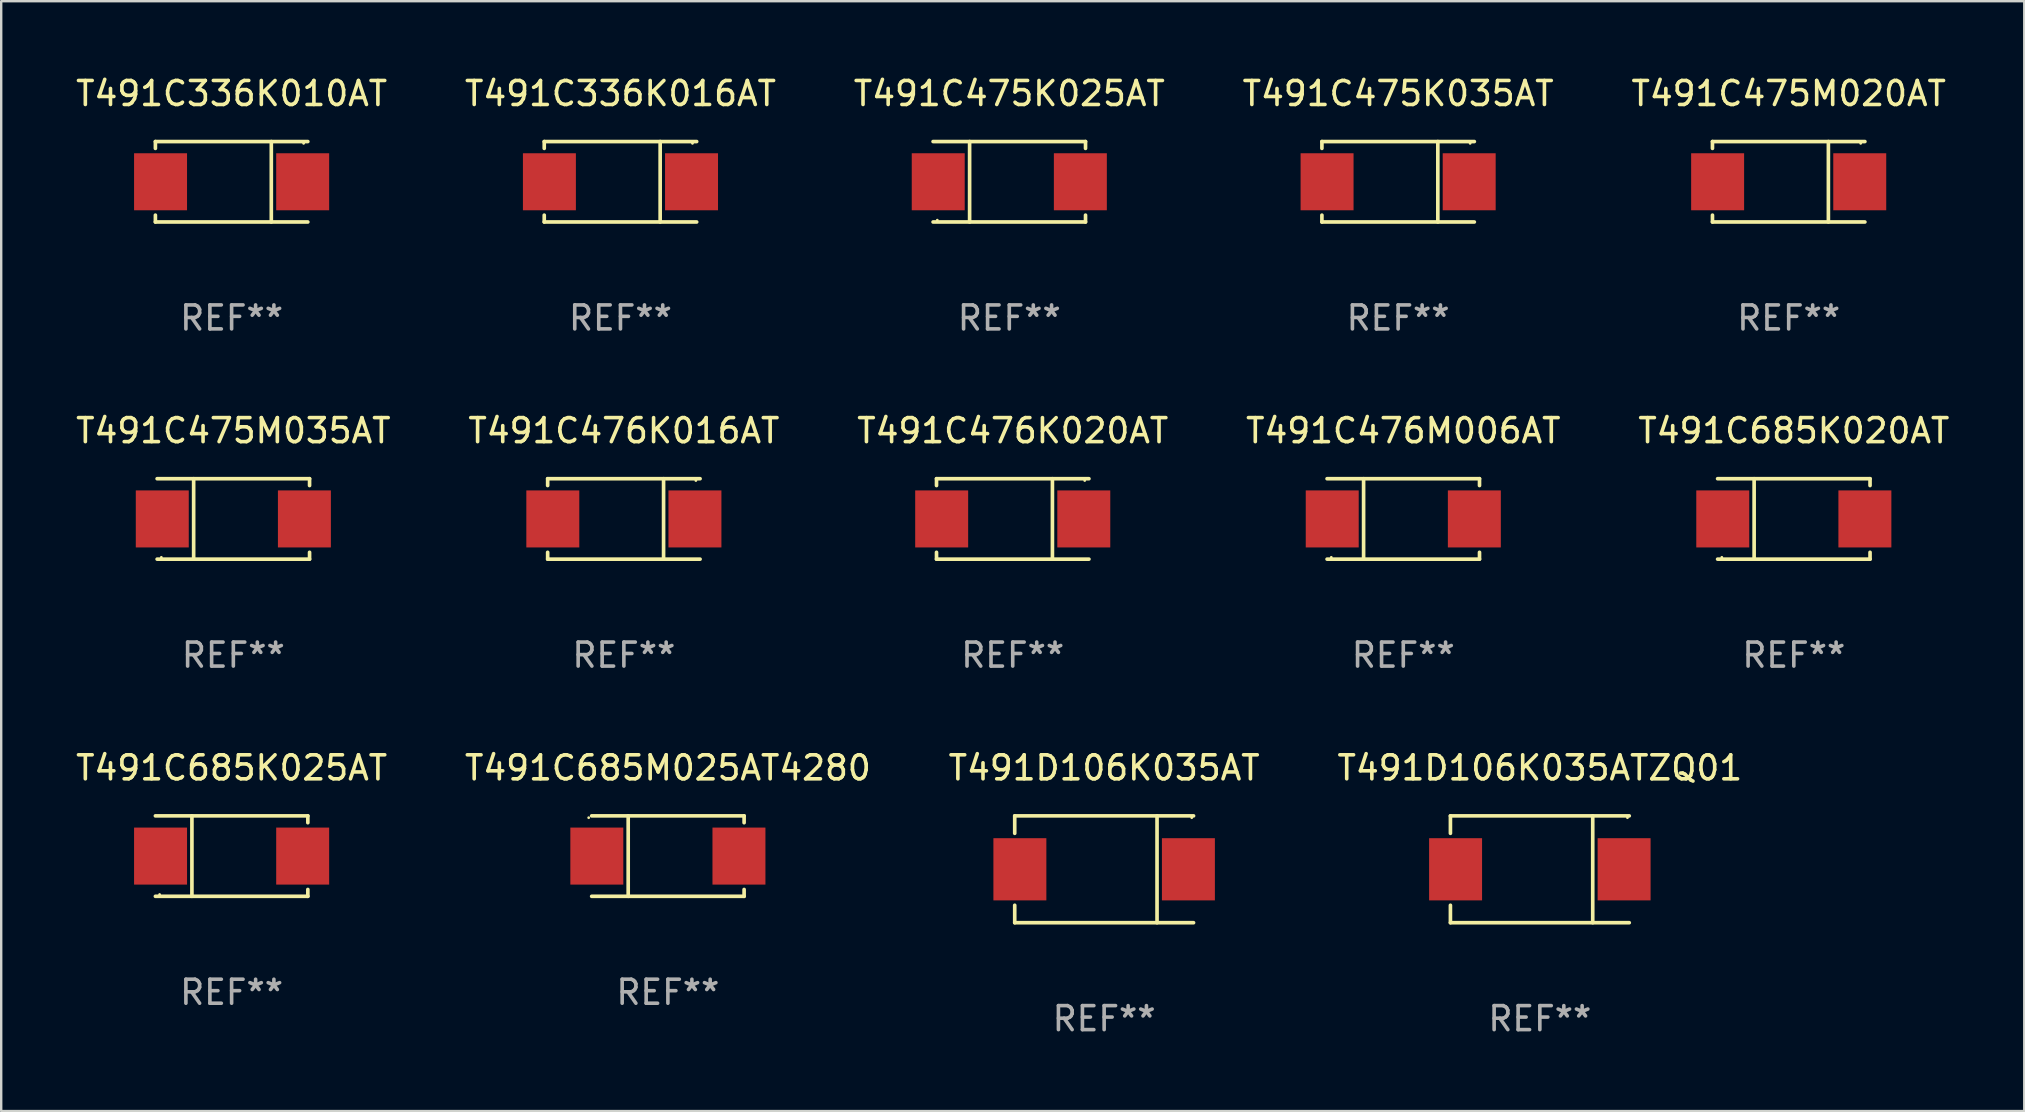
<source format=kicad_pcb>
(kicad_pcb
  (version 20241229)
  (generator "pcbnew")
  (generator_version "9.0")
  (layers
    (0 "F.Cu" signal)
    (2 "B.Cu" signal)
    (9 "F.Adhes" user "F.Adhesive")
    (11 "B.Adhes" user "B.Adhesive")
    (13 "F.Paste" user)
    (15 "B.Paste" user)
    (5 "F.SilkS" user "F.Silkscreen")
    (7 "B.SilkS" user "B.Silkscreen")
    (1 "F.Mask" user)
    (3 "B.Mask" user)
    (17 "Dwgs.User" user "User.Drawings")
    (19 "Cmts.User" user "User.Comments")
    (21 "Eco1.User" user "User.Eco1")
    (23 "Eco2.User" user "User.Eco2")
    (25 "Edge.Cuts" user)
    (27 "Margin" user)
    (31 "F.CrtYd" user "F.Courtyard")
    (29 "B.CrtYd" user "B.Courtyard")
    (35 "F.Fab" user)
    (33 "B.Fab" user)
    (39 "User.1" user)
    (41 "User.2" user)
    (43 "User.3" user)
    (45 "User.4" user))
  (footprint "T491D106K035AT"
    (layer "F.Cu")
    (at 42.958 33.172)
    (property "Reference" "T491D106K035AT" (at 0 -4.226 0) (layer "F.SilkS") (effects (font (size 1 1) (thickness 0.15))))
    (attr through_hole)
    (fp_line (start -3.726 -2.226) (end -3.726 -1.499) (stroke (width 0.152) (type solid)) (layer "F.SilkS"))
    (fp_line (start -3.726 -2.226) (end 3.726 -2.226) (stroke (width 0.152) (type solid)) (layer "F.SilkS"))
    (fp_line (start -3.726 2.226) (end -3.726 1.499) (stroke (width 0.152) (type solid)) (layer "F.SilkS"))
    (fp_line (start -3.726 2.226) (end 3.726 2.226) (stroke (width 0.152) (type solid)) (layer "F.SilkS"))
    (fp_line (start 2.204 -2.226) (end 2.204 2.226) (stroke (width 0.152) (type solid)) (layer "F.SilkS"))
    (fp_circle (center 3.65 -2.15) (end 3.68 -2.15) (stroke (width 0.06) (type solid)) (fill no) (layer "F.SilkS"))
    (fp_text user "REF**" (at 0 6.226 0) (layer "F.Fab") (effects (font (size 1 1) (thickness 0.15))))
    (pad "1" smd rect (at 3.511 0) (size 2.207 2.592) (layers "F.Cu" "F.Mask" "F.Paste"))
    (pad "2" smd rect (at -3.511 0) (size 2.207 2.592) (layers "F.Cu" "F.Mask" "F.Paste")))
  (footprint "T491C336K016AT"
    (layer "F.Cu")
    (at 22.804 4.524)
    (property "Reference" "T491C336K016AT" (at 0 -3.676 0) (layer "F.SilkS") (effects (font (size 1 1) (thickness 0.15))))
    (attr through_hole)
    (fp_line (start -3.176 -1.676) (end -3.176 -1.391) (stroke (width 0.152) (type solid)) (layer "F.SilkS"))
    (fp_line (start -3.176 -1.676) (end 3.176 -1.676) (stroke (width 0.152) (type solid)) (layer "F.SilkS"))
    (fp_line (start -3.176 1.676) (end -3.176 1.391) (stroke (width 0.152) (type solid)) (layer "F.SilkS"))
    (fp_line (start -3.176 1.676) (end 3.176 1.676) (stroke (width 0.152) (type solid)) (layer "F.SilkS"))
    (fp_line (start 1.654 -1.676) (end 1.654 1.676) (stroke (width 0.152) (type solid)) (layer "F.SilkS"))
    (fp_circle (center 3 -1.6) (end 3.03 -1.6) (stroke (width 0.06) (type solid)) (fill no) (layer "F.SilkS"))
    (fp_text user "REF**" (at 0 5.676 0) (layer "F.Fab") (effects (font (size 1 1) (thickness 0.15))))
    (pad "1" smd rect (at 2.961 0) (size 2.207 2.376) (layers "F.Cu" "F.Mask" "F.Paste"))
    (pad "2" smd rect (at -2.961 0) (size 2.207 2.376) (layers "F.Cu" "F.Mask" "F.Paste")))
  (footprint "T491C685M025AT4280"
    (layer "F.Cu")
    (at 24.78 32.622)
    (property "Reference" "T491C685M025AT4280" (at 0 -3.676 0) (layer "F.SilkS") (effects (font (size 1 1) (thickness 0.15))))
    (attr through_hole)
    (fp_line (start -1.654 1.676) (end -1.654 -1.676) (stroke (width 0.152) (type solid)) (layer "F.SilkS"))
    (fp_line (start 3.176 -1.676) (end -3.176 -1.676) (stroke (width 0.152) (type solid)) (layer "F.SilkS"))
    (fp_line (start 3.176 -1.676) (end 3.176 -1.391) (stroke (width 0.152) (type solid)) (layer "F.SilkS"))
    (fp_line (start 3.176 1.676) (end -3.176 1.676) (stroke (width 0.152) (type solid)) (layer "F.SilkS"))
    (fp_line (start 3.176 1.676) (end 3.176 1.391) (stroke (width 0.152) (type solid)) (layer "F.SilkS"))
    (fp_circle (center -3.3 -1.6) (end -3.27 -1.6) (stroke (width 0.06) (type solid)) (fill no) (layer "F.SilkS"))
    (fp_text user "REF**" (at 0 5.676 0) (layer "F.Fab") (effects (font (size 1 1) (thickness 0.15))))
    (pad "1" smd rect (at -2.961 0 180) (size 2.207 2.376) (layers "F.Cu" "F.Mask" "F.Paste"))
    (pad "2" smd rect (at 2.961 0 180) (size 2.207 2.376) (layers "F.Cu" "F.Mask" "F.Paste")))
  (footprint "T491C476K020AT"
    (layer "F.Cu")
    (at 39.149 18.573)
    (property "Reference" "T491C476K020AT" (at 0 -3.676 0) (layer "F.SilkS") (effects (font (size 1 1) (thickness 0.15))))
    (attr through_hole)
    (fp_line (start -3.176 -1.676) (end -3.176 -1.391) (stroke (width 0.152) (type solid)) (layer "F.SilkS"))
    (fp_line (start -3.176 -1.676) (end 3.176 -1.676) (stroke (width 0.152) (type solid)) (layer "F.SilkS"))
    (fp_line (start -3.176 1.676) (end -3.176 1.391) (stroke (width 0.152) (type solid)) (layer "F.SilkS"))
    (fp_line (start -3.176 1.676) (end 3.176 1.676) (stroke (width 0.152) (type solid)) (layer "F.SilkS"))
    (fp_line (start 1.654 -1.676) (end 1.654 1.676) (stroke (width 0.152) (type solid)) (layer "F.SilkS"))
    (fp_circle (center 3 -1.6) (end 3.03 -1.6) (stroke (width 0.06) (type solid)) (fill no) (layer "F.SilkS"))
    (fp_text user "REF**" (at 0 5.676 0) (layer "F.Fab") (effects (font (size 1 1) (thickness 0.15))))
    (pad "1" smd rect (at 2.961 0) (size 2.207 2.376) (layers "F.Cu" "F.Mask" "F.Paste"))
    (pad "2" smd rect (at -2.961 0) (size 2.207 2.376) (layers "F.Cu" "F.Mask" "F.Paste")))
  (footprint "T491C475K035AT"
    (layer "F.Cu")
    (at 55.208 4.524)
    (property "Reference" "T491C475K035AT" (at 0 -3.676 0) (layer "F.SilkS") (effects (font (size 1 1) (thickness 0.15))))
    (attr through_hole)
    (fp_line (start -3.176 -1.676) (end -3.176 -1.391) (stroke (width 0.152) (type solid)) (layer "F.SilkS"))
    (fp_line (start -3.176 -1.676) (end 3.176 -1.676) (stroke (width 0.152) (type solid)) (layer "F.SilkS"))
    (fp_line (start -3.176 1.676) (end -3.176 1.391) (stroke (width 0.152) (type solid)) (layer "F.SilkS"))
    (fp_line (start -3.176 1.676) (end 3.176 1.676) (stroke (width 0.152) (type solid)) (layer "F.SilkS"))
    (fp_line (start 1.654 -1.676) (end 1.654 1.676) (stroke (width 0.152) (type solid)) (layer "F.SilkS"))
    (fp_circle (center 3 -1.6) (end 3.03 -1.6) (stroke (width 0.06) (type solid)) (fill no) (layer "F.SilkS"))
    (fp_text user "REF**" (at 0 5.676 0) (layer "F.Fab") (effects (font (size 1 1) (thickness 0.15))))
    (pad "1" smd rect (at 2.961 0) (size 2.207 2.376) (layers "F.Cu" "F.Mask" "F.Paste"))
    (pad "2" smd rect (at -2.961 0) (size 2.207 2.376) (layers "F.Cu" "F.Mask" "F.Paste")))
  (footprint "T491C475K025AT"
    (layer "F.Cu")
    (at 39.006 4.524)
    (property "Reference" "T491C475K025AT" (at 0 -3.676 0) (layer "F.SilkS") (effects (font (size 1 1) (thickness 0.15))))
    (attr through_hole)
    (fp_line (start -1.654 1.676) (end -1.654 -1.676) (stroke (width 0.152) (type solid)) (layer "F.SilkS"))
    (fp_line (start 3.176 -1.676) (end -3.176 -1.676) (stroke (width 0.152) (type solid)) (layer "F.SilkS"))
    (fp_line (start 3.176 -1.676) (end 3.176 -1.391) (stroke (width 0.152) (type solid)) (layer "F.SilkS"))
    (fp_line (start 3.176 1.676) (end -3.176 1.676) (stroke (width 0.152) (type solid)) (layer "F.SilkS"))
    (fp_line (start 3.176 1.676) (end 3.176 1.391) (stroke (width 0.152) (type solid)) (layer "F.SilkS"))
    (fp_circle (center -3 1.6) (end -2.97 1.6) (stroke (width 0.06) (type solid)) (fill no) (layer "F.SilkS"))
    (fp_text user "REF**" (at 0 5.676 0) (layer "F.Fab") (effects (font (size 1 1) (thickness 0.15))))
    (pad "1" smd rect (at -2.961 -0.000051 180) (size 2.207 2.376) (layers "F.Cu" "F.Mask" "F.Paste"))
    (pad "2" smd rect (at 2.961 -0.000051 180) (size 2.207 2.376) (layers "F.Cu" "F.Mask" "F.Paste")))
  (footprint "T491C475M020AT"
    (layer "F.Cu")
    (at 71.482 4.524)
    (property "Reference" "T491C475M020AT" (at 0 -3.676 0) (layer "F.SilkS") (effects (font (size 1 1) (thickness 0.15))))
    (attr through_hole)
    (fp_line (start -3.176 -1.676) (end -3.176 -1.391) (stroke (width 0.152) (type solid)) (layer "F.SilkS"))
    (fp_line (start -3.176 -1.676) (end 3.176 -1.676) (stroke (width 0.152) (type solid)) (layer "F.SilkS"))
    (fp_line (start -3.176 1.676) (end -3.176 1.391) (stroke (width 0.152) (type solid)) (layer "F.SilkS"))
    (fp_line (start -3.176 1.676) (end 3.176 1.676) (stroke (width 0.152) (type solid)) (layer "F.SilkS"))
    (fp_line (start 1.654 -1.676) (end 1.654 1.676) (stroke (width 0.152) (type solid)) (layer "F.SilkS"))
    (fp_circle (center 3 -1.6) (end 3.03 -1.6) (stroke (width 0.06) (type solid)) (fill no) (layer "F.SilkS"))
    (fp_text user "REF**" (at 0 5.676 0) (layer "F.Fab") (effects (font (size 1 1) (thickness 0.15))))
    (pad "1" smd rect (at 2.961 0) (size 2.207 2.376) (layers "F.Cu" "F.Mask" "F.Paste"))
    (pad "2" smd rect (at -2.961 0) (size 2.207 2.376) (layers "F.Cu" "F.Mask" "F.Paste")))
  (footprint "T491C685K020AT"
    (layer "F.Cu")
    (at 71.696 18.573)
    (property "Reference" "T491C685K020AT" (at 0 -3.676 0) (layer "F.SilkS") (effects (font (size 1 1) (thickness 0.15))))
    (attr through_hole)
    (fp_line (start -1.654 1.676) (end -1.654 -1.676) (stroke (width 0.152) (type solid)) (layer "F.SilkS"))
    (fp_line (start 3.176 -1.676) (end -3.176 -1.676) (stroke (width 0.152) (type solid)) (layer "F.SilkS"))
    (fp_line (start 3.176 -1.676) (end 3.176 -1.391) (stroke (width 0.152) (type solid)) (layer "F.SilkS"))
    (fp_line (start 3.176 1.676) (end -3.176 1.676) (stroke (width 0.152) (type solid)) (layer "F.SilkS"))
    (fp_line (start 3.176 1.676) (end 3.176 1.391) (stroke (width 0.152) (type solid)) (layer "F.SilkS"))
    (fp_circle (center -3 1.6) (end -2.97 1.6) (stroke (width 0.06) (type solid)) (fill no) (layer "F.SilkS"))
    (fp_text user "REF**" (at 0 5.676 0) (layer "F.Fab") (effects (font (size 1 1) (thickness 0.15))))
    (pad "1" smd rect (at -2.961 -0.000051 180) (size 2.207 2.376) (layers "F.Cu" "F.Mask" "F.Paste"))
    (pad "2" smd rect (at 2.961 -0.000051 180) (size 2.207 2.376) (layers "F.Cu" "F.Mask" "F.Paste")))
  (footprint "T491C476K016AT"
    (layer "F.Cu")
    (at 22.946 18.573)
    (property "Reference" "T491C476K016AT" (at 0 -3.676 0) (layer "F.SilkS") (effects (font (size 1 1) (thickness 0.15))))
    (attr through_hole)
    (fp_line (start -3.176 -1.676) (end -3.176 -1.391) (stroke (width 0.152) (type solid)) (layer "F.SilkS"))
    (fp_line (start -3.176 -1.676) (end 3.176 -1.676) (stroke (width 0.152) (type solid)) (layer "F.SilkS"))
    (fp_line (start -3.176 1.676) (end -3.176 1.391) (stroke (width 0.152) (type solid)) (layer "F.SilkS"))
    (fp_line (start -3.176 1.676) (end 3.176 1.676) (stroke (width 0.152) (type solid)) (layer "F.SilkS"))
    (fp_line (start 1.654 -1.676) (end 1.654 1.676) (stroke (width 0.152) (type solid)) (layer "F.SilkS"))
    (fp_circle (center 3 -1.6) (end 3.03 -1.6) (stroke (width 0.06) (type solid)) (fill no) (layer "F.SilkS"))
    (fp_text user "REF**" (at 0 5.676 0) (layer "F.Fab") (effects (font (size 1 1) (thickness 0.15))))
    (pad "1" smd rect (at 2.961 0) (size 2.207 2.376) (layers "F.Cu" "F.Mask" "F.Paste"))
    (pad "2" smd rect (at -2.961 0) (size 2.207 2.376) (layers "F.Cu" "F.Mask" "F.Paste")))
  (footprint "T491C336K010AT"
    (layer "F.Cu")
    (at 6.601 4.524)
    (property "Reference" "T491C336K010AT" (at 0 -3.676 0) (layer "F.SilkS") (effects (font (size 1 1) (thickness 0.15))))
    (attr through_hole)
    (fp_line (start -3.176 -1.676) (end -3.176 -1.391) (stroke (width 0.152) (type solid)) (layer "F.SilkS"))
    (fp_line (start -3.176 -1.676) (end 3.176 -1.676) (stroke (width 0.152) (type solid)) (layer "F.SilkS"))
    (fp_line (start -3.176 1.676) (end -3.176 1.391) (stroke (width 0.152) (type solid)) (layer "F.SilkS"))
    (fp_line (start -3.176 1.676) (end 3.176 1.676) (stroke (width 0.152) (type solid)) (layer "F.SilkS"))
    (fp_line (start 1.654 -1.676) (end 1.654 1.676) (stroke (width 0.152) (type solid)) (layer "F.SilkS"))
    (fp_circle (center 3 -1.6) (end 3.03 -1.6) (stroke (width 0.06) (type solid)) (fill no) (layer "F.SilkS"))
    (fp_text user "REF**" (at 0 5.676 0) (layer "F.Fab") (effects (font (size 1 1) (thickness 0.15))))
    (pad "1" smd rect (at 2.961 0) (size 2.207 2.376) (layers "F.Cu" "F.Mask" "F.Paste"))
    (pad "2" smd rect (at -2.961 0) (size 2.207 2.376) (layers "F.Cu" "F.Mask" "F.Paste")))
  (footprint "T491D106K035ATZQ01"
    (layer "F.Cu")
    (at 61.113 33.172)
    (property "Reference" "T491D106K035ATZQ01" (at 0 -4.226 0) (layer "F.SilkS") (effects (font (size 1 1) (thickness 0.15))))
    (attr through_hole)
    (fp_line (start -3.726 -2.226) (end -3.726 -1.499) (stroke (width 0.152) (type solid)) (layer "F.SilkS"))
    (fp_line (start -3.726 -2.226) (end 3.726 -2.226) (stroke (width 0.152) (type solid)) (layer "F.SilkS"))
    (fp_line (start -3.726 2.226) (end -3.726 1.499) (stroke (width 0.152) (type solid)) (layer "F.SilkS"))
    (fp_line (start -3.726 2.226) (end 3.726 2.226) (stroke (width 0.152) (type solid)) (layer "F.SilkS"))
    (fp_line (start 2.204 -2.226) (end 2.204 2.226) (stroke (width 0.152) (type solid)) (layer "F.SilkS"))
    (fp_circle (center 3.65 -2.15) (end 3.68 -2.15) (stroke (width 0.06) (type solid)) (fill no) (layer "F.SilkS"))
    (fp_text user "REF**" (at 0 6.226 0) (layer "F.Fab") (effects (font (size 1 1) (thickness 0.15))))
    (pad "1" smd rect (at 3.511 0) (size 2.207 2.592) (layers "F.Cu" "F.Mask" "F.Paste"))
    (pad "2" smd rect (at -3.511 0) (size 2.207 2.592) (layers "F.Cu" "F.Mask" "F.Paste")))
  (footprint "T491C476M006AT"
    (layer "F.Cu")
    (at 55.423 18.573)
    (property "Reference" "T491C476M006AT" (at 0 -3.676 0) (layer "F.SilkS") (effects (font (size 1 1) (thickness 0.15))))
    (attr through_hole)
    (fp_line (start -1.654 1.676) (end -1.654 -1.676) (stroke (width 0.152) (type solid)) (layer "F.SilkS"))
    (fp_line (start 3.176 -1.676) (end -3.176 -1.676) (stroke (width 0.152) (type solid)) (layer "F.SilkS"))
    (fp_line (start 3.176 -1.676) (end 3.176 -1.391) (stroke (width 0.152) (type solid)) (layer "F.SilkS"))
    (fp_line (start 3.176 1.676) (end -3.176 1.676) (stroke (width 0.152) (type solid)) (layer "F.SilkS"))
    (fp_line (start 3.176 1.676) (end 3.176 1.391) (stroke (width 0.152) (type solid)) (layer "F.SilkS"))
    (fp_circle (center -3 1.6) (end -2.97 1.6) (stroke (width 0.06) (type solid)) (fill no) (layer "F.SilkS"))
    (fp_text user "REF**" (at 0 5.676 0) (layer "F.Fab") (effects (font (size 1 1) (thickness 0.15))))
    (pad "1" smd rect (at -2.961 -0.000051 180) (size 2.207 2.376) (layers "F.Cu" "F.Mask" "F.Paste"))
    (pad "2" smd rect (at 2.961 -0.000051 180) (size 2.207 2.376) (layers "F.Cu" "F.Mask" "F.Paste")))
  (footprint "T491C475M035AT"
    (layer "F.Cu")
    (at 6.673 18.573)
    (property "Reference" "T491C475M035AT" (at 0 -3.676 0) (layer "F.SilkS") (effects (font (size 1 1) (thickness 0.15))))
    (attr through_hole)
    (fp_line (start -1.654 1.676) (end -1.654 -1.676) (stroke (width 0.152) (type solid)) (layer "F.SilkS"))
    (fp_line (start 3.176 -1.676) (end -3.176 -1.676) (stroke (width 0.152) (type solid)) (layer "F.SilkS"))
    (fp_line (start 3.176 -1.676) (end 3.176 -1.391) (stroke (width 0.152) (type solid)) (layer "F.SilkS"))
    (fp_line (start 3.176 1.676) (end -3.176 1.676) (stroke (width 0.152) (type solid)) (layer "F.SilkS"))
    (fp_line (start 3.176 1.676) (end 3.176 1.391) (stroke (width 0.152) (type solid)) (layer "F.SilkS"))
    (fp_circle (center -3 1.6) (end -2.97 1.6) (stroke (width 0.06) (type solid)) (fill no) (layer "F.SilkS"))
    (fp_text user "REF**" (at 0 5.676 0) (layer "F.Fab") (effects (font (size 1 1) (thickness 0.15))))
    (pad "1" smd rect (at -2.961 -0.000051 180) (size 2.207 2.376) (layers "F.Cu" "F.Mask" "F.Paste"))
    (pad "2" smd rect (at 2.961 -0.000051 180) (size 2.207 2.376) (layers "F.Cu" "F.Mask" "F.Paste")))
  (footprint "T491C685K025AT"
    (layer "F.Cu")
    (at 6.601 32.622)
    (property "Reference" "T491C685K025AT" (at 0 -3.676 0) (layer "F.SilkS") (effects (font (size 1 1) (thickness 0.15))))
    (attr through_hole)
    (fp_line (start -1.654 1.676) (end -1.654 -1.676) (stroke (width 0.152) (type solid)) (layer "F.SilkS"))
    (fp_line (start 3.176 -1.676) (end -3.176 -1.676) (stroke (width 0.152) (type solid)) (layer "F.SilkS"))
    (fp_line (start 3.176 -1.676) (end 3.176 -1.391) (stroke (width 0.152) (type solid)) (layer "F.SilkS"))
    (fp_line (start 3.176 1.676) (end -3.176 1.676) (stroke (width 0.152) (type solid)) (layer "F.SilkS"))
    (fp_line (start 3.176 1.676) (end 3.176 1.391) (stroke (width 0.152) (type solid)) (layer "F.SilkS"))
    (fp_circle (center -3 1.6) (end -2.97 1.6) (stroke (width 0.06) (type solid)) (fill no) (layer "F.SilkS"))
    (fp_text user "REF**" (at 0 5.676 0) (layer "F.Fab") (effects (font (size 1 1) (thickness 0.15))))
    (pad "1" smd rect (at -2.961 -0.000051 180) (size 2.207 2.376) (layers "F.Cu" "F.Mask" "F.Paste"))
    (pad "2" smd rect (at 2.961 -0.000051 180) (size 2.207 2.376) (layers "F.Cu" "F.Mask" "F.Paste")))
  (gr_rect
    (start -3 -3)
    (end 81.298 43.247)
    (stroke (width 0.1) (type default))
    (fill no)
    (layer "Edge.Cuts")))
</source>
